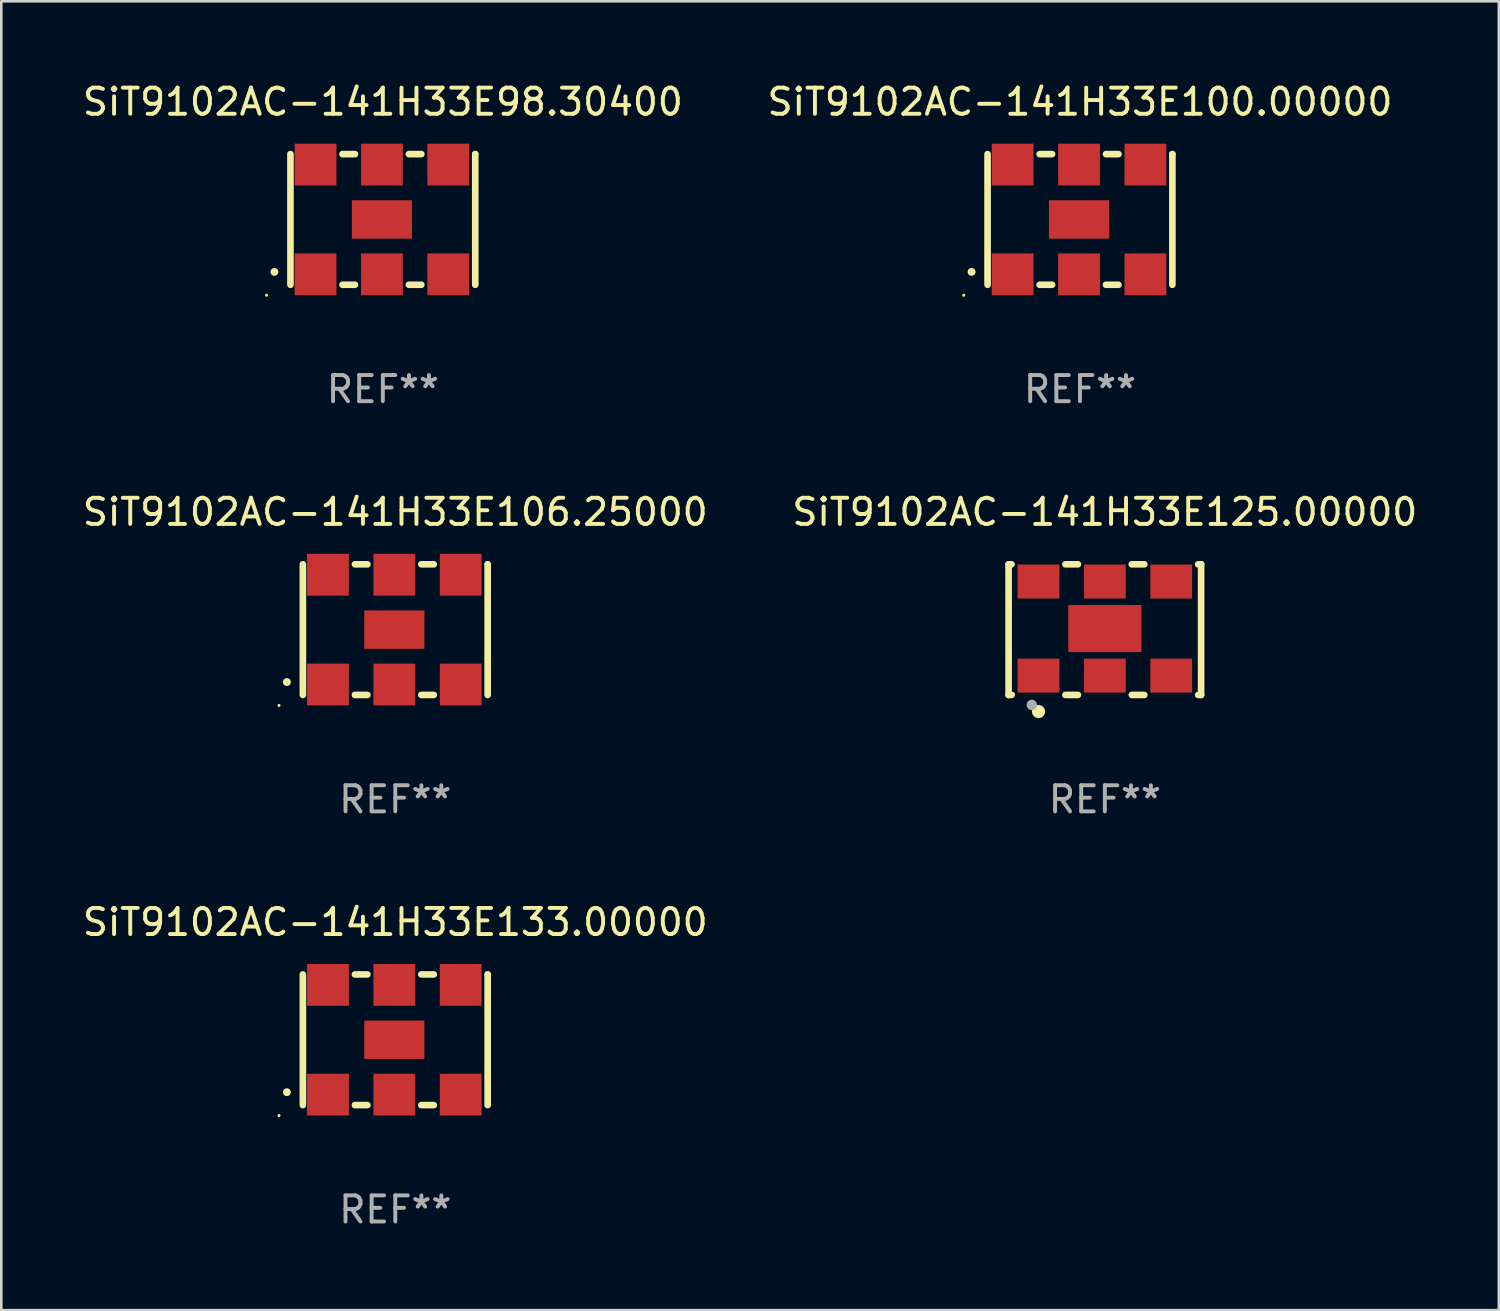
<source format=kicad_pcb>
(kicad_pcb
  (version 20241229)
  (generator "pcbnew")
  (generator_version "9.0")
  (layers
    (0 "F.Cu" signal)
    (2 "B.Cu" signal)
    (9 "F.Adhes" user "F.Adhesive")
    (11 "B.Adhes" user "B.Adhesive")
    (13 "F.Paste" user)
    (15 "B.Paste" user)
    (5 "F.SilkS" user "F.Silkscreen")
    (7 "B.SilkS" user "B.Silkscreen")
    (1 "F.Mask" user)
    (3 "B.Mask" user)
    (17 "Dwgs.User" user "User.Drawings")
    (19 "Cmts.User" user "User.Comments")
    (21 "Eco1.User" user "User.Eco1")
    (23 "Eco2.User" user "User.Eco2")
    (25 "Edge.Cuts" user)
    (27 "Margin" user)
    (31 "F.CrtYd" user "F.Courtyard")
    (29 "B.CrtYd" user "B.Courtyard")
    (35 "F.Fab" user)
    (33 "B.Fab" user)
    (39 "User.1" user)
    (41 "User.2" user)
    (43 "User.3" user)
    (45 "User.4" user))
  (footprint "SiT9102AC-141H33E125.00000"
    (layer "F.Cu")
    (at 39.232 21.045)
    (property "Reference" "SiT9102AC-141H33E125.00000" (at 0 -4.5 0) (layer "F.SilkS") (effects (font (size 1 1) (thickness 0.15))))
    (attr through_hole)
    (fp_line (start -3.683 -2.5) (end -3.571 -2.5) (stroke (width 0.254) (type solid)) (layer "F.SilkS"))
    (fp_line (start -3.683 2.5) (end -3.683 -2.5) (stroke (width 0.254) (type solid)) (layer "F.SilkS"))
    (fp_line (start -3.683 2.5) (end -3.571 2.5) (stroke (width 0.254) (type solid)) (layer "F.SilkS"))
    (fp_line (start -1.509 -2.5) (end -1.031 -2.5) (stroke (width 0.254) (type solid)) (layer "F.SilkS"))
    (fp_line (start -1.509 2.5) (end -1.031 2.5) (stroke (width 0.254) (type solid)) (layer "F.SilkS"))
    (fp_line (start 1.031 -2.5) (end 1.509 -2.5) (stroke (width 0.254) (type solid)) (layer "F.SilkS"))
    (fp_line (start 1.031 2.5) (end 1.509 2.5) (stroke (width 0.254) (type solid)) (layer "F.SilkS"))
    (fp_line (start 3.571 -2.5) (end 3.683 -2.5) (stroke (width 0.254) (type solid)) (layer "F.SilkS"))
    (fp_line (start 3.571 2.5) (end 3.683 2.5) (stroke (width 0.254) (type solid)) (layer "F.SilkS"))
    (fp_line (start 3.683 2.5) (end 3.683 -2.5) (stroke (width 0.254) (type solid)) (layer "F.SilkS"))
    (fp_circle (center -3.5 2.46) (end -3.47 2.46) (stroke (width 0.06) (type solid)) (fill no) (layer "F.SilkS"))
    (fp_circle (center -2.54 3.135) (end -2.413 3.135) (stroke (width 0.254) (type solid)) (fill no) (layer "F.SilkS"))
    (fp_circle (center -2.794 2.881) (end -2.694 2.881) (stroke (width 0.2) (type solid)) (fill no) (layer "F.Fab"))
    (fp_text user "REF**" (at 0 6.5 0) (layer "F.Fab") (effects (font (size 1 1) (thickness 0.15))))
    (pad "1" smd rect (at -2.54 1.76) (size 1.6 1.3) (layers "F.Cu" "F.Mask" "F.Paste"))
    (pad "2" smd rect (at 0 1.76) (size 1.6 1.3) (layers "F.Cu" "F.Mask" "F.Paste"))
    (pad "3" smd rect (at 2.54 1.76) (size 1.6 1.3) (layers "F.Cu" "F.Mask" "F.Paste"))
    (pad "4" smd rect (at 2.54 -1.84) (size 1.6 1.3) (layers "F.Cu" "F.Mask" "F.Paste"))
    (pad "5" smd rect (at 0 -1.84) (size 1.6 1.3) (layers "F.Cu" "F.Mask" "F.Paste"))
    (pad "6" smd rect (at -2.54 -1.84) (size 1.6 1.3) (layers "F.Cu" "F.Mask" "F.Paste"))
    (pad "7" smd rect (at 0 -0.04) (size 2.8 1.8) (layers "F.Cu" "F.Mask" "F.Paste")))
  (footprint "SiT9102AC-141H33E98.30400"
    (layer "F.Cu")
    (at 11.601 5.348)
    (property "Reference" "SiT9102AC-141H33E98.30400" (at 0 -4.5 0) (layer "F.SilkS") (effects (font (size 1 1) (thickness 0.15))))
    (attr through_hole)
    (fp_line (start -3.536 -2.5) (end -3.536 2.5) (stroke (width 0.254) (type solid)) (layer "F.SilkS"))
    (fp_line (start -1.544 2.5) (end -1.067 2.5) (stroke (width 0.254) (type solid)) (layer "F.SilkS"))
    (fp_line (start -1.067 -2.5) (end -1.544 -2.5) (stroke (width 0.254) (type solid)) (layer "F.SilkS"))
    (fp_line (start 0.996 2.5) (end 1.473 2.5) (stroke (width 0.254) (type solid)) (layer "F.SilkS"))
    (fp_line (start 1.473 -2.5) (end 0.996 -2.5) (stroke (width 0.254) (type solid)) (layer "F.SilkS"))
    (fp_line (start 3.536 -2.5) (end 3.536 -2.5) (stroke (width 0.254) (type solid)) (layer "F.SilkS"))
    (fp_line (start 3.536 2.5) (end 3.536 -2.5) (stroke (width 0.254) (type solid)) (layer "F.SilkS"))
    (fp_arc (start -4.150432 2.006604) (mid -4.149162 2.006599) (end -4.147892 2.006604) (stroke (width 0.3) (type solid)) (layer "F.SilkS"))
    (fp_circle (center -4.449 2.9) (end -4.419 2.9) (stroke (width 0.06) (type solid)) (fill no) (layer "F.SilkS"))
    (fp_text user "REF**" (at 0 6.5 0) (layer "F.Fab") (effects (font (size 1 1) (thickness 0.15))))
    (pad "1" smd rect (at -2.576 2.1) (size 1.6 1.6) (layers "F.Cu" "F.Mask" "F.Paste"))
    (pad "2" smd rect (at -0.036 2.1) (size 1.6 1.6) (layers "F.Cu" "F.Mask" "F.Paste"))
    (pad "3" smd rect (at 2.504 2.1) (size 1.6 1.6) (layers "F.Cu" "F.Mask" "F.Paste"))
    (pad "4" smd rect (at 2.504 -2.1) (size 1.6 1.6) (layers "F.Cu" "F.Mask" "F.Paste"))
    (pad "5" smd rect (at -0.036 -2.1) (size 1.6 1.6) (layers "F.Cu" "F.Mask" "F.Paste"))
    (pad "6" smd rect (at -2.576 -2.1) (size 1.6 1.6) (layers "F.Cu" "F.Mask" "F.Paste"))
    (pad "7" smd rect (at -0.036 0) (size 2.3 1.47) (layers "F.Cu" "F.Mask" "F.Paste")))
  (footprint "SiT9102AC-141H33E133.00000"
    (layer "F.Cu")
    (at 12.077 36.741)
    (property "Reference" "SiT9102AC-141H33E133.00000" (at 0 -4.5 0) (layer "F.SilkS") (effects (font (size 1 1) (thickness 0.15))))
    (attr through_hole)
    (fp_line (start -3.536 -2.5) (end -3.536 2.5) (stroke (width 0.254) (type solid)) (layer "F.SilkS"))
    (fp_line (start -1.544 2.5) (end -1.067 2.5) (stroke (width 0.254) (type solid)) (layer "F.SilkS"))
    (fp_line (start -1.067 -2.5) (end -1.544 -2.5) (stroke (width 0.254) (type solid)) (layer "F.SilkS"))
    (fp_line (start 0.996 2.5) (end 1.473 2.5) (stroke (width 0.254) (type solid)) (layer "F.SilkS"))
    (fp_line (start 1.473 -2.5) (end 0.996 -2.5) (stroke (width 0.254) (type solid)) (layer "F.SilkS"))
    (fp_line (start 3.536 -2.5) (end 3.536 -2.5) (stroke (width 0.254) (type solid)) (layer "F.SilkS"))
    (fp_line (start 3.536 2.5) (end 3.536 -2.5) (stroke (width 0.254) (type solid)) (layer "F.SilkS"))
    (fp_arc (start -4.150432 2.006604) (mid -4.149162 2.006599) (end -4.147892 2.006604) (stroke (width 0.3) (type solid)) (layer "F.SilkS"))
    (fp_circle (center -4.449 2.9) (end -4.419 2.9) (stroke (width 0.06) (type solid)) (fill no) (layer "F.SilkS"))
    (fp_text user "REF**" (at 0 6.5 0) (layer "F.Fab") (effects (font (size 1 1) (thickness 0.15))))
    (pad "1" smd rect (at -2.576 2.1) (size 1.6 1.6) (layers "F.Cu" "F.Mask" "F.Paste"))
    (pad "2" smd rect (at -0.036 2.1) (size 1.6 1.6) (layers "F.Cu" "F.Mask" "F.Paste"))
    (pad "3" smd rect (at 2.504 2.1) (size 1.6 1.6) (layers "F.Cu" "F.Mask" "F.Paste"))
    (pad "4" smd rect (at 2.504 -2.1) (size 1.6 1.6) (layers "F.Cu" "F.Mask" "F.Paste"))
    (pad "5" smd rect (at -0.036 -2.1) (size 1.6 1.6) (layers "F.Cu" "F.Mask" "F.Paste"))
    (pad "6" smd rect (at -2.576 -2.1) (size 1.6 1.6) (layers "F.Cu" "F.Mask" "F.Paste"))
    (pad "7" smd rect (at -0.036 0) (size 2.3 1.47) (layers "F.Cu" "F.Mask" "F.Paste")))
  (footprint "SiT9102AC-141H33E106.25000"
    (layer "F.Cu")
    (at 12.077 21.045)
    (property "Reference" "SiT9102AC-141H33E106.25000" (at 0 -4.5 0) (layer "F.SilkS") (effects (font (size 1 1) (thickness 0.15))))
    (attr through_hole)
    (fp_line (start -3.536 -2.5) (end -3.536 2.5) (stroke (width 0.254) (type solid)) (layer "F.SilkS"))
    (fp_line (start -1.544 2.5) (end -1.067 2.5) (stroke (width 0.254) (type solid)) (layer "F.SilkS"))
    (fp_line (start -1.067 -2.5) (end -1.544 -2.5) (stroke (width 0.254) (type solid)) (layer "F.SilkS"))
    (fp_line (start 0.996 2.5) (end 1.473 2.5) (stroke (width 0.254) (type solid)) (layer "F.SilkS"))
    (fp_line (start 1.473 -2.5) (end 0.996 -2.5) (stroke (width 0.254) (type solid)) (layer "F.SilkS"))
    (fp_line (start 3.536 -2.5) (end 3.536 -2.5) (stroke (width 0.254) (type solid)) (layer "F.SilkS"))
    (fp_line (start 3.536 2.5) (end 3.536 -2.5) (stroke (width 0.254) (type solid)) (layer "F.SilkS"))
    (fp_arc (start -4.150432 2.006604) (mid -4.149162 2.006599) (end -4.147892 2.006604) (stroke (width 0.3) (type solid)) (layer "F.SilkS"))
    (fp_circle (center -4.449 2.9) (end -4.419 2.9) (stroke (width 0.06) (type solid)) (fill no) (layer "F.SilkS"))
    (fp_text user "REF**" (at 0 6.5 0) (layer "F.Fab") (effects (font (size 1 1) (thickness 0.15))))
    (pad "1" smd rect (at -2.576 2.1) (size 1.6 1.6) (layers "F.Cu" "F.Mask" "F.Paste"))
    (pad "2" smd rect (at -0.036 2.1) (size 1.6 1.6) (layers "F.Cu" "F.Mask" "F.Paste"))
    (pad "3" smd rect (at 2.504 2.1) (size 1.6 1.6) (layers "F.Cu" "F.Mask" "F.Paste"))
    (pad "4" smd rect (at 2.504 -2.1) (size 1.6 1.6) (layers "F.Cu" "F.Mask" "F.Paste"))
    (pad "5" smd rect (at -0.036 -2.1) (size 1.6 1.6) (layers "F.Cu" "F.Mask" "F.Paste"))
    (pad "6" smd rect (at -2.576 -2.1) (size 1.6 1.6) (layers "F.Cu" "F.Mask" "F.Paste"))
    (pad "7" smd rect (at -0.036 0) (size 2.3 1.47) (layers "F.Cu" "F.Mask" "F.Paste")))
  (footprint "SiT9102AC-141H33E100.00000"
    (layer "F.Cu")
    (at 38.28 5.348)
    (property "Reference" "SiT9102AC-141H33E100.00000" (at 0 -4.5 0) (layer "F.SilkS") (effects (font (size 1 1) (thickness 0.15))))
    (attr through_hole)
    (fp_line (start -3.536 -2.5) (end -3.536 2.5) (stroke (width 0.254) (type solid)) (layer "F.SilkS"))
    (fp_line (start -1.544 2.5) (end -1.067 2.5) (stroke (width 0.254) (type solid)) (layer "F.SilkS"))
    (fp_line (start -1.067 -2.5) (end -1.544 -2.5) (stroke (width 0.254) (type solid)) (layer "F.SilkS"))
    (fp_line (start 0.996 2.5) (end 1.473 2.5) (stroke (width 0.254) (type solid)) (layer "F.SilkS"))
    (fp_line (start 1.473 -2.5) (end 0.996 -2.5) (stroke (width 0.254) (type solid)) (layer "F.SilkS"))
    (fp_line (start 3.536 -2.5) (end 3.536 -2.5) (stroke (width 0.254) (type solid)) (layer "F.SilkS"))
    (fp_line (start 3.536 2.5) (end 3.536 -2.5) (stroke (width 0.254) (type solid)) (layer "F.SilkS"))
    (fp_arc (start -4.150432 2.006604) (mid -4.149162 2.006599) (end -4.147892 2.006604) (stroke (width 0.3) (type solid)) (layer "F.SilkS"))
    (fp_circle (center -4.449 2.9) (end -4.419 2.9) (stroke (width 0.06) (type solid)) (fill no) (layer "F.SilkS"))
    (fp_text user "REF**" (at 0 6.5 0) (layer "F.Fab") (effects (font (size 1 1) (thickness 0.15))))
    (pad "1" smd rect (at -2.576 2.1) (size 1.6 1.6) (layers "F.Cu" "F.Mask" "F.Paste"))
    (pad "2" smd rect (at -0.036 2.1) (size 1.6 1.6) (layers "F.Cu" "F.Mask" "F.Paste"))
    (pad "3" smd rect (at 2.504 2.1) (size 1.6 1.6) (layers "F.Cu" "F.Mask" "F.Paste"))
    (pad "4" smd rect (at 2.504 -2.1) (size 1.6 1.6) (layers "F.Cu" "F.Mask" "F.Paste"))
    (pad "5" smd rect (at -0.036 -2.1) (size 1.6 1.6) (layers "F.Cu" "F.Mask" "F.Paste"))
    (pad "6" smd rect (at -2.576 -2.1) (size 1.6 1.6) (layers "F.Cu" "F.Mask" "F.Paste"))
    (pad "7" smd rect (at -0.036 0) (size 2.3 1.47) (layers "F.Cu" "F.Mask" "F.Paste")))
  (gr_rect
    (start -3 -3)
    (end 54.31 47.09)
    (stroke (width 0.1) (type default))
    (fill no)
    (layer "Edge.Cuts")))
</source>
